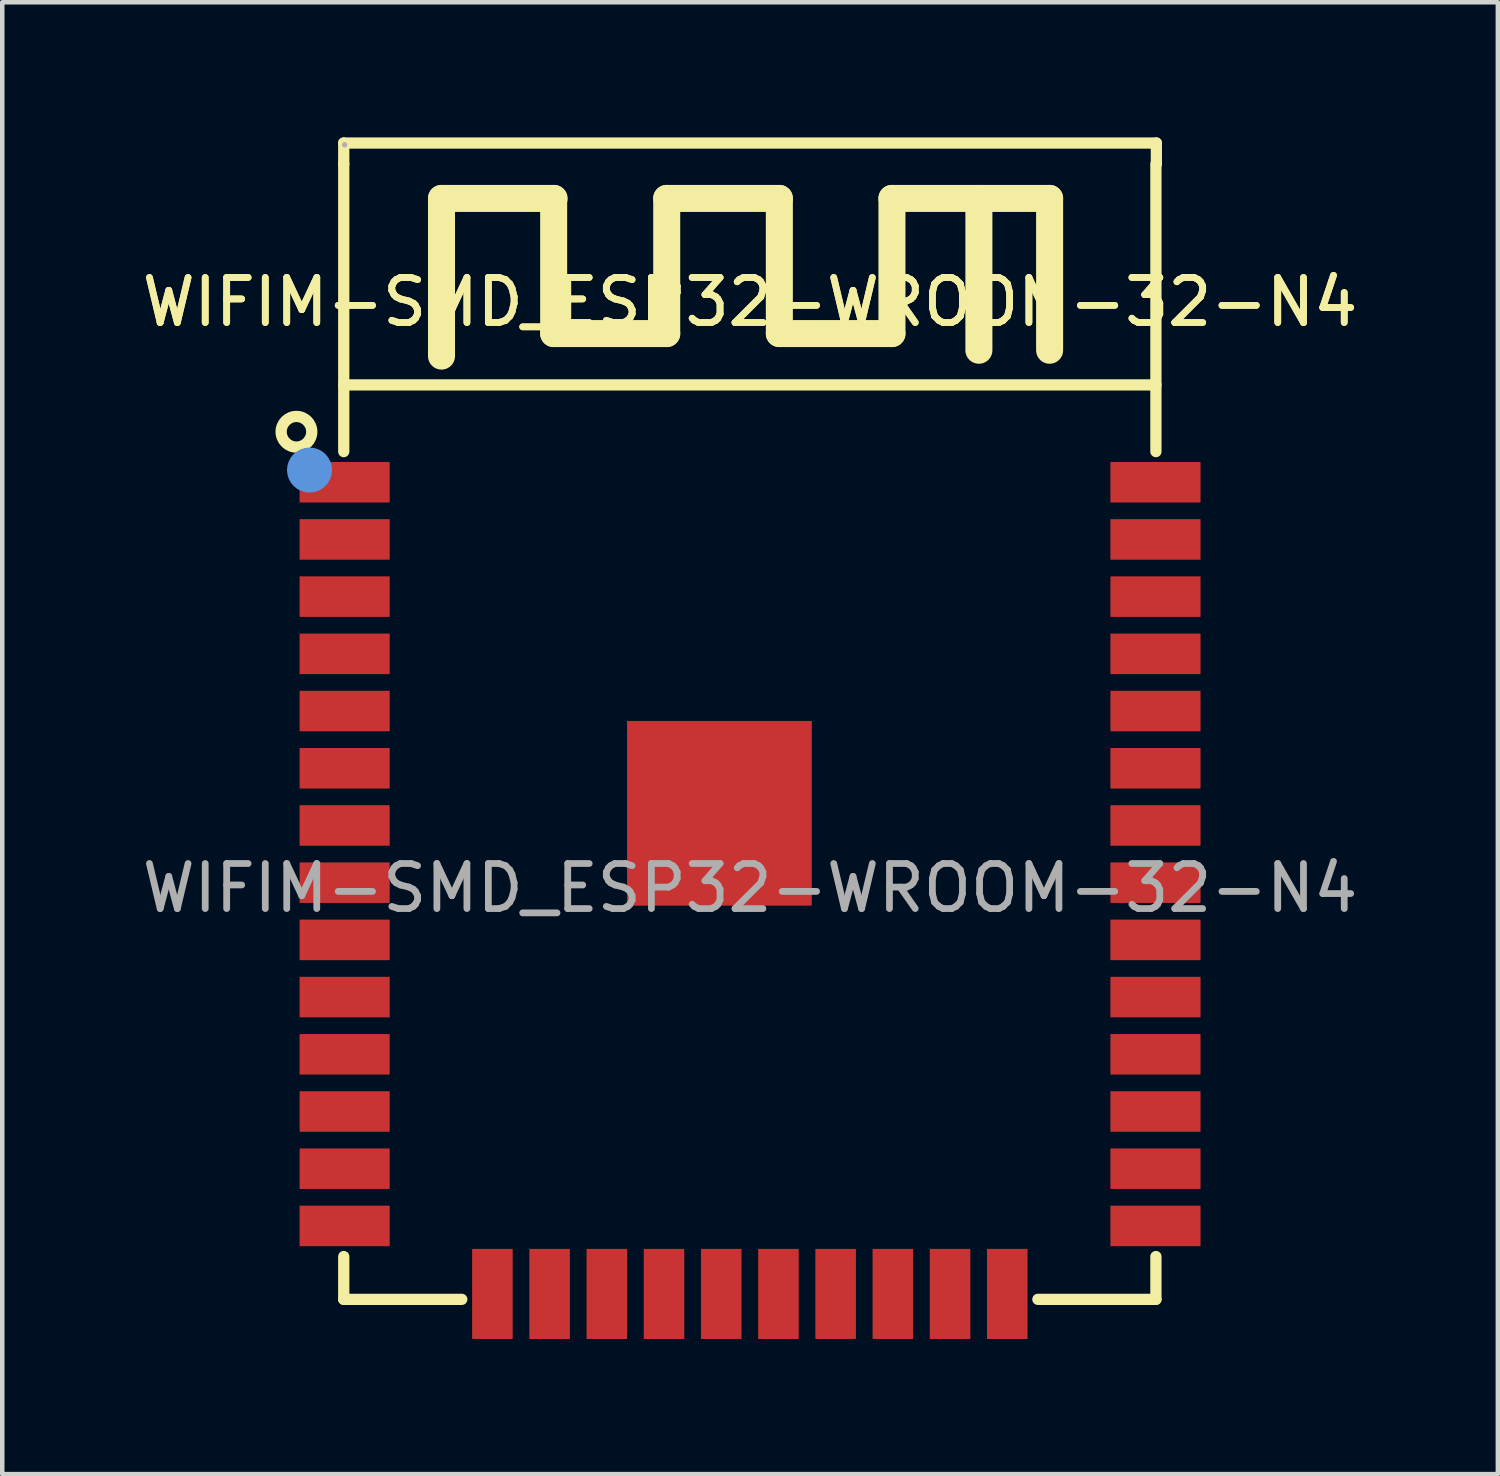
<source format=kicad_pcb>
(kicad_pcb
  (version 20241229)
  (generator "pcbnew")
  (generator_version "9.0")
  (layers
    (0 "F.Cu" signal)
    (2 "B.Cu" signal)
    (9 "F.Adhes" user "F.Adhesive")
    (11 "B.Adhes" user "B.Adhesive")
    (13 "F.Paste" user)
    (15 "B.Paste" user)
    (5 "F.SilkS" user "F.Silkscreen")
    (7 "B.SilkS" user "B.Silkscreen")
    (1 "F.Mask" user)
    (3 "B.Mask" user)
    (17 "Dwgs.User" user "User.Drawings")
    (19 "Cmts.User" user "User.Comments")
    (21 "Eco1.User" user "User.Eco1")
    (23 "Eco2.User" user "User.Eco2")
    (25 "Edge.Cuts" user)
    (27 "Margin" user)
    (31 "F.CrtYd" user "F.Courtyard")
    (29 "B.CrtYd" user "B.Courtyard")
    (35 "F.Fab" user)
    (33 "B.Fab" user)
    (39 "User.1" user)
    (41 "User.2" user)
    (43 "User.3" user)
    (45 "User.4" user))
  (footprint "WIFIM-SMD_ESP32-WROOM-32-N4"
    (layer "F.Cu")
    (at 13.601 16.665)
    (property "Reference" "WIFIM-SMD_ESP32-WROOM-32-N4" (at 0 -13.01 0) (layer "F.SilkS") (effects (font (size 1 1) (thickness 0.15))))
    (attr smd)
    (fp_line (start -9.02 -16.54) (end 9.02 -16.54) (stroke (width 0.25) (type solid)) (layer "F.SilkS"))
    (fp_line (start -9.02 -16.07) (end -9.02 -16.54) (stroke (width 0.25) (type solid)) (layer "F.SilkS"))
    (fp_line (start -9.02 -16.07) (end -9.02 -9.69) (stroke (width 0.25) (type solid)) (layer "F.SilkS"))
    (fp_line (start -9.02 -11.17) (end 9.01 -11.17) (stroke (width 0.25) (type solid)) (layer "F.SilkS"))
    (fp_line (start -9.02 8.18) (end -9.02 9.13) (stroke (width 0.25) (type solid)) (layer "F.SilkS"))
    (fp_line (start -9.02 9.13) (end -6.4 9.13) (stroke (width 0.25) (type solid)) (layer "F.SilkS"))
    (fp_line (start -6.85 -15.31) (end -6.85 -11.81) (stroke (width 0.6) (type solid)) (layer "F.SilkS"))
    (fp_line (start -4.36 -12.31) (end -4.36 -15.31) (stroke (width 0.6) (type solid)) (layer "F.SilkS"))
    (fp_line (start -4.35 -15.31) (end -6.85 -15.31) (stroke (width 0.6) (type solid)) (layer "F.SilkS"))
    (fp_line (start -1.85 -15.31) (end -1.85 -12.31) (stroke (width 0.6) (type solid)) (layer "F.SilkS"))
    (fp_line (start -1.85 -12.31) (end -4.36 -12.31) (stroke (width 0.6) (type solid)) (layer "F.SilkS"))
    (fp_line (start 0.65 -15.31) (end -1.85 -15.31) (stroke (width 0.6) (type solid)) (layer "F.SilkS"))
    (fp_line (start 0.65 -12.31) (end 0.65 -15.31) (stroke (width 0.6) (type solid)) (layer "F.SilkS"))
    (fp_line (start 3.15 -15.31) (end 3.15 -12.31) (stroke (width 0.6) (type solid)) (layer "F.SilkS"))
    (fp_line (start 3.15 -12.31) (end 0.65 -12.31) (stroke (width 0.6) (type solid)) (layer "F.SilkS"))
    (fp_line (start 5.08 -15.31) (end 5.08 -11.94) (stroke (width 0.6) (type solid)) (layer "F.SilkS"))
    (fp_line (start 6.39 9.13) (end 9.01 9.13) (stroke (width 0.25) (type solid)) (layer "F.SilkS"))
    (fp_line (start 6.65 -15.31) (end 3.15 -15.31) (stroke (width 0.6) (type solid)) (layer "F.SilkS"))
    (fp_line (start 6.65 -11.94) (end 6.65 -15.31) (stroke (width 0.6) (type solid)) (layer "F.SilkS"))
    (fp_line (start 9.01 -16.07) (end 9.01 -9.69) (stroke (width 0.25) (type solid)) (layer "F.SilkS"))
    (fp_line (start 9.01 9.13) (end 9.01 8.18) (stroke (width 0.25) (type solid)) (layer "F.SilkS"))
    (fp_line (start 9.02 -16.54) (end 9.02 -16.07) (stroke (width 0.25) (type solid)) (layer "F.SilkS"))
    (fp_circle (center -10.07 -10.13) (end -9.73 -10.13) (stroke (width 0.25) (type solid)) (fill no) (layer "F.SilkS"))
    (fp_circle (center -9.78 -9.28) (end -9.53 -9.28) (stroke (width 0.5) (type solid)) (fill no) (layer "Cmts.User"))
    (fp_circle (center -9 -16.5) (end -8.97 -16.5) (stroke (width 0.06) (type solid)) (fill no) (layer "F.Fab"))
    (fp_text user "${REFERENCE}" (at 0 -13.01 0) (layer "F.SilkS") (effects (font (size 1 1) (thickness 0.15))))
    (fp_text user "${REFERENCE}" (at 0 0 0) (layer "F.Fab") (effects (font (size 1 1) (thickness 0.15))))
    (pad "1" smd rect (at -9 -9.01) (size 2 0.9) (layers "F.Cu" "F.Mask" "F.Paste"))
    (pad "2" smd rect (at -9 -7.74) (size 2 0.9) (layers "F.Cu" "F.Mask" "F.Paste"))
    (pad "3" smd rect (at -9 -6.47) (size 2 0.9) (layers "F.Cu" "F.Mask" "F.Paste"))
    (pad "4" smd rect (at -9 -5.2) (size 2 0.9) (layers "F.Cu" "F.Mask" "F.Paste"))
    (pad "5" smd rect (at -9 -3.93) (size 2 0.9) (layers "F.Cu" "F.Mask" "F.Paste"))
    (pad "6" smd rect (at -9 -2.66) (size 2 0.9) (layers "F.Cu" "F.Mask" "F.Paste"))
    (pad "7" smd rect (at -9 -1.39) (size 2 0.9) (layers "F.Cu" "F.Mask" "F.Paste"))
    (pad "8" smd rect (at -9 -0.12) (size 2 0.9) (layers "F.Cu" "F.Mask" "F.Paste"))
    (pad "9" smd rect (at -9 1.15) (size 2 0.9) (layers "F.Cu" "F.Mask" "F.Paste"))
    (pad "10" smd rect (at -9 2.42) (size 2 0.9) (layers "F.Cu" "F.Mask" "F.Paste"))
    (pad "11" smd rect (at -9 3.69) (size 2 0.9) (layers "F.Cu" "F.Mask" "F.Paste"))
    (pad "12" smd rect (at -9 4.96) (size 2 0.9) (layers "F.Cu" "F.Mask" "F.Paste"))
    (pad "13" smd rect (at -9 6.23) (size 2 0.9) (layers "F.Cu" "F.Mask" "F.Paste"))
    (pad "14" smd rect (at -9 7.5) (size 2 0.9) (layers "F.Cu" "F.Mask" "F.Paste"))
    (pad "15" smd rect (at -5.72 9.01 270) (size 2 0.9) (layers "F.Cu" "F.Mask" "F.Paste"))
    (pad "16" smd rect (at -4.45 9.01 270) (size 2 0.9) (layers "F.Cu" "F.Mask" "F.Paste"))
    (pad "17" smd rect (at -3.18 9.01 270) (size 2 0.9) (layers "F.Cu" "F.Mask" "F.Paste"))
    (pad "18" smd rect (at -1.91 9.01 270) (size 2 0.9) (layers "F.Cu" "F.Mask" "F.Paste"))
    (pad "19" smd rect (at -0.64 9.01 270) (size 2 0.9) (layers "F.Cu" "F.Mask" "F.Paste"))
    (pad "20" smd rect (at 0.63 9.01 270) (size 2 0.9) (layers "F.Cu" "F.Mask" "F.Paste"))
    (pad "21" smd rect (at 1.9 9.01 270) (size 2 0.9) (layers "F.Cu" "F.Mask" "F.Paste"))
    (pad "22" smd rect (at 3.17 9.01 270) (size 2 0.9) (layers "F.Cu" "F.Mask" "F.Paste"))
    (pad "23" smd rect (at 4.44 9.01 270) (size 2 0.9) (layers "F.Cu" "F.Mask" "F.Paste"))
    (pad "24" smd rect (at 5.71 9.01 270) (size 2 0.9) (layers "F.Cu" "F.Mask" "F.Paste"))
    (pad "25" smd rect (at 9 7.5) (size 2 0.9) (layers "F.Cu" "F.Mask" "F.Paste"))
    (pad "26" smd rect (at 9 6.23) (size 2 0.9) (layers "F.Cu" "F.Mask" "F.Paste"))
    (pad "27" smd rect (at 9 4.96) (size 2 0.9) (layers "F.Cu" "F.Mask" "F.Paste"))
    (pad "28" smd rect (at 9 3.69) (size 2 0.9) (layers "F.Cu" "F.Mask" "F.Paste"))
    (pad "29" smd rect (at 9 2.42) (size 2 0.9) (layers "F.Cu" "F.Mask" "F.Paste"))
    (pad "30" smd rect (at 9 1.15) (size 2 0.9) (layers "F.Cu" "F.Mask" "F.Paste"))
    (pad "31" smd rect (at 9 -0.12) (size 2 0.9) (layers "F.Cu" "F.Mask" "F.Paste"))
    (pad "32" smd rect (at 9 -1.39) (size 2 0.9) (layers "F.Cu" "F.Mask" "F.Paste"))
    (pad "33" smd rect (at 9 -2.66) (size 2 0.9) (layers "F.Cu" "F.Mask" "F.Paste"))
    (pad "34" smd rect (at 9 -3.93) (size 2 0.9) (layers "F.Cu" "F.Mask" "F.Paste"))
    (pad "35" smd rect (at 9 -5.2) (size 2 0.9) (layers "F.Cu" "F.Mask" "F.Paste"))
    (pad "36" smd rect (at 9 -6.47) (size 2 0.9) (layers "F.Cu" "F.Mask" "F.Paste"))
    (pad "37" smd rect (at 9 -7.74) (size 2 0.9) (layers "F.Cu" "F.Mask" "F.Paste"))
    (pad "38" smd rect (at 9 -9.01) (size 2 0.9) (layers "F.Cu" "F.Mask" "F.Paste"))
    (pad "39" smd rect (at -0.68 -1.66) (size 4.1 4.1) (layers "F.Cu" "F.Mask" "F.Paste")))
  (gr_rect
    (start -3 -3)
    (end 30.202 29.675)
    (stroke (width 0.1) (type default))
    (fill no)
    (layer "Edge.Cuts")))
</source>
